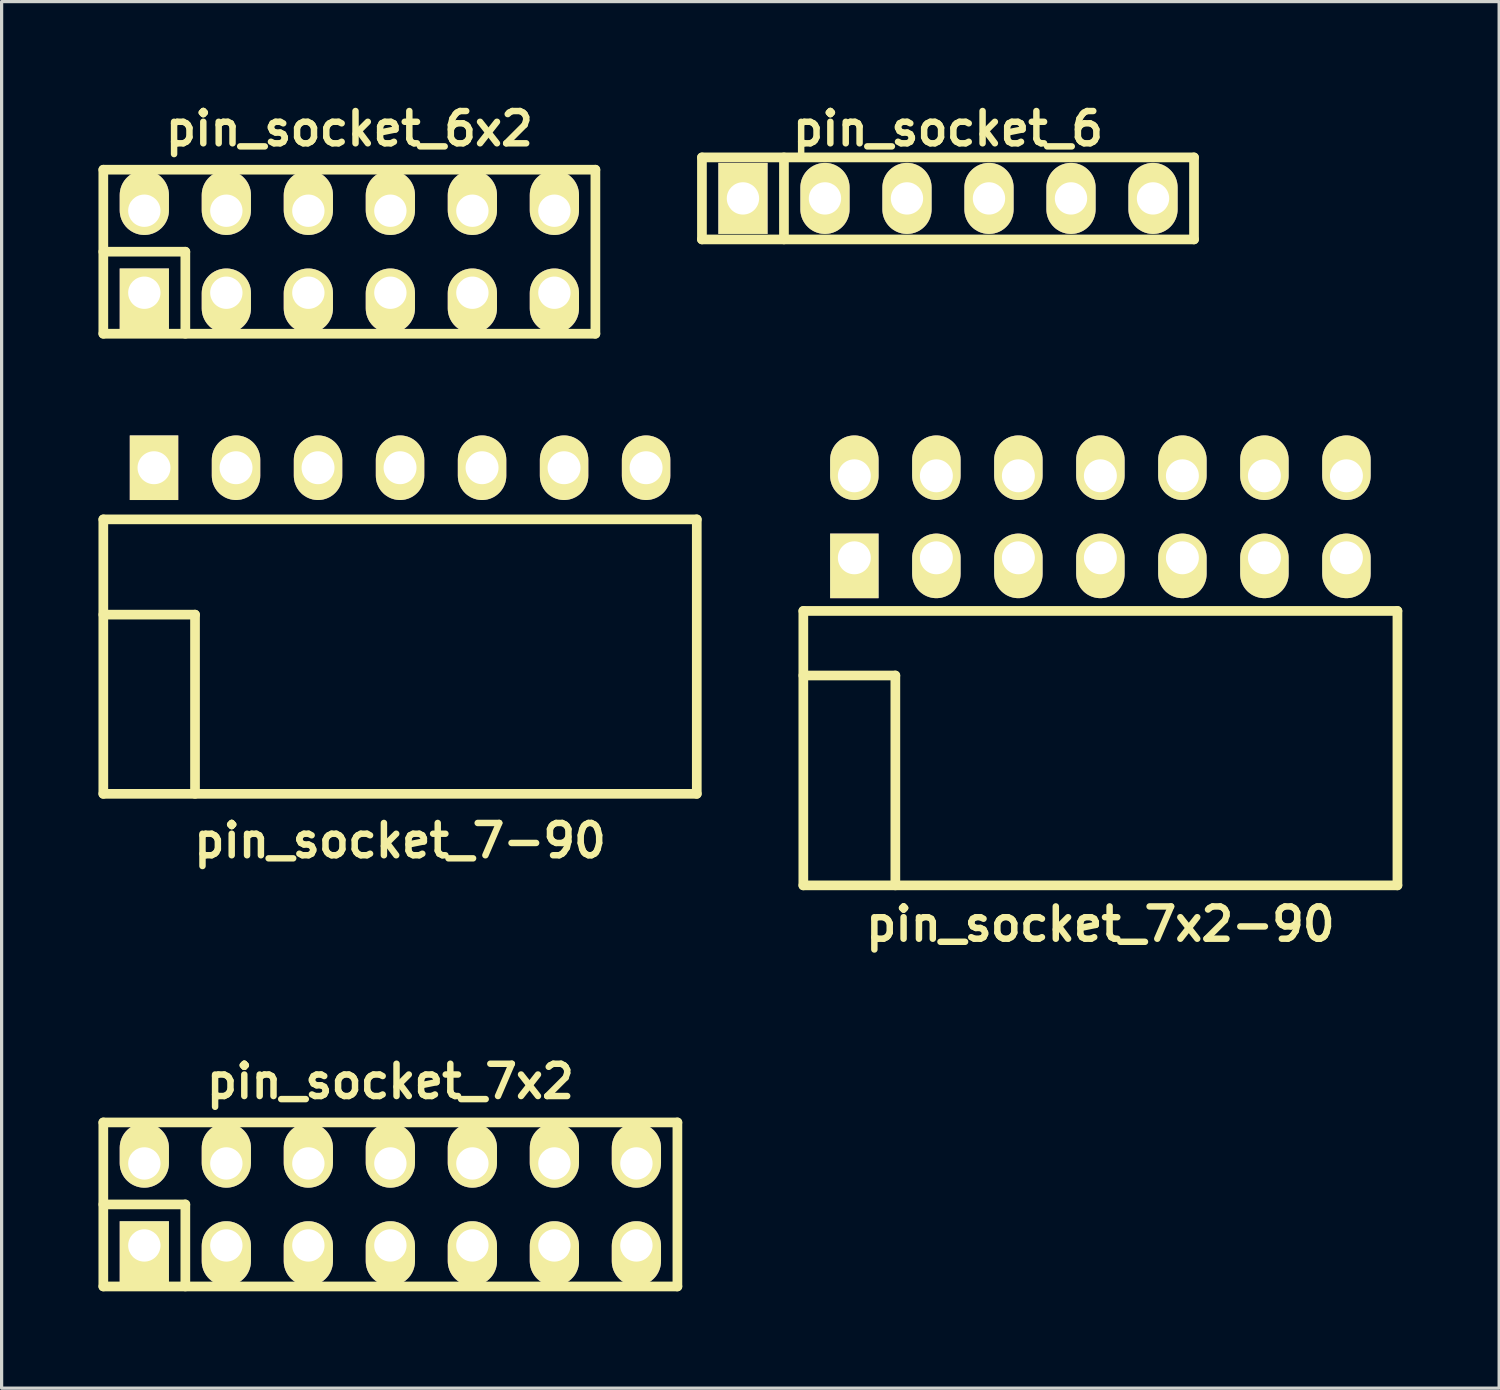
<source format=kicad_pcb>
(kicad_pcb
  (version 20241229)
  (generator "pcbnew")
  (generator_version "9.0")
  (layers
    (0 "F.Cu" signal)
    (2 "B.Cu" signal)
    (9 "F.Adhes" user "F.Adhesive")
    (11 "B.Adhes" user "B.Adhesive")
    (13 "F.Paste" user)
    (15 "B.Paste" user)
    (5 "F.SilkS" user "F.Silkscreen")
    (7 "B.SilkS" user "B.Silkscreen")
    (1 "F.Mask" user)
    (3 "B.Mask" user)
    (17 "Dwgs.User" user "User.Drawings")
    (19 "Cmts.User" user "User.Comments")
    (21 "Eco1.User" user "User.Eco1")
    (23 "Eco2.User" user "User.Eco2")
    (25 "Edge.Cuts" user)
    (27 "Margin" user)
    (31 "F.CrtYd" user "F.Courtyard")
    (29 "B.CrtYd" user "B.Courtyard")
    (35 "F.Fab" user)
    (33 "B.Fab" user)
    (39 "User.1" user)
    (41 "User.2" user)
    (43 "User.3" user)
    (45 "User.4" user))
  (footprint "pin_socket_6x2"
    (layer "F.Cu")
    (at 7.77 4.746)
    (property "Reference" "pin_socket_6x2" (at 0 -3.81 0) (layer "F.SilkS") (effects (font (size 1 1) (thickness 0.2))))
    (attr through_hole)
    (fp_line (start -7.62 -2.54) (end -7.62 2.54) (stroke (width 0.3) (type solid)) (layer "F.SilkS"))
    (fp_line (start -7.62 -2.54) (end 7.62 -2.54) (stroke (width 0.3) (type solid)) (layer "F.SilkS"))
    (fp_line (start -7.62 0) (end -5.08 0) (stroke (width 0.3) (type solid)) (layer "F.SilkS"))
    (fp_line (start -5.08 0) (end -5.08 2.54) (stroke (width 0.3) (type solid)) (layer "F.SilkS"))
    (fp_line (start 7.62 -2.54) (end 7.62 2.54) (stroke (width 0.3) (type solid)) (layer "F.SilkS"))
    (fp_line (start 7.62 2.54) (end -7.62 2.54) (stroke (width 0.3) (type solid)) (layer "F.SilkS"))
    (pad "1" thru_hole rect (at -6.35 1.27) (size 1.524 1.999) (drill 1.001 (offset 0 0.249)) (layers "*.Cu" "*.Mask" "F.SilkS"))
    (pad "2" thru_hole oval (at -6.35 -1.27) (size 1.524 1.999) (drill 1.001 (offset 0 -0.249)) (layers "*.Cu" "*.Mask" "F.SilkS"))
    (pad "3" thru_hole oval (at -3.81 1.27) (size 1.524 1.999) (drill 1.001 (offset 0 0.249)) (layers "*.Cu" "*.Mask" "F.SilkS"))
    (pad "4" thru_hole oval (at -3.81 -1.27) (size 1.524 1.999) (drill 1.001 (offset 0 -0.249)) (layers "*.Cu" "*.Mask" "F.SilkS"))
    (pad "5" thru_hole oval (at -1.27 1.27) (size 1.524 1.999) (drill 1.001 (offset 0 0.249)) (layers "*.Cu" "*.Mask" "F.SilkS"))
    (pad "6" thru_hole oval (at -1.27 -1.27) (size 1.524 1.999) (drill 1.001 (offset 0 -0.249)) (layers "*.Cu" "*.Mask" "F.SilkS"))
    (pad "7" thru_hole oval (at 1.27 1.27) (size 1.524 1.999) (drill 1.001 (offset 0 0.249)) (layers "*.Cu" "*.Mask" "F.SilkS"))
    (pad "8" thru_hole oval (at 1.27 -1.27) (size 1.524 1.999) (drill 1.001 (offset 0 -0.249)) (layers "*.Cu" "*.Mask" "F.SilkS"))
    (pad "9" thru_hole oval (at 3.81 1.27) (size 1.524 1.999) (drill 1.001 (offset 0 0.249)) (layers "*.Cu" "*.Mask" "F.SilkS"))
    (pad "10" thru_hole oval (at 3.81 -1.27) (size 1.524 1.999) (drill 1.001 (offset 0 -0.249)) (layers "*.Cu" "*.Mask" "F.SilkS"))
    (pad "11" thru_hole oval (at 6.35 1.27) (size 1.524 1.999) (drill 1.001 (offset 0 0.249)) (layers "*.Cu" "*.Mask" "F.SilkS"))
    (pad "12" thru_hole oval (at 6.35 -1.27) (size 1.524 1.999) (drill 1.001 (offset 0 -0.249)) (layers "*.Cu" "*.Mask" "F.SilkS")))
  (footprint "pin_socket_7x2"
    (layer "F.Cu")
    (at 9.04 34.253)
    (property "Reference" "pin_socket_7x2" (at 0 -3.81 0) (layer "F.SilkS") (effects (font (size 1 1) (thickness 0.2))))
    (attr through_hole)
    (fp_line (start -8.89 -2.54) (end -8.89 2.54) (stroke (width 0.3) (type solid)) (layer "F.SilkS"))
    (fp_line (start -8.89 -2.54) (end 8.89 -2.54) (stroke (width 0.3) (type solid)) (layer "F.SilkS"))
    (fp_line (start -8.89 0) (end -6.35 0) (stroke (width 0.3) (type solid)) (layer "F.SilkS"))
    (fp_line (start -6.35 0) (end -6.35 2.54) (stroke (width 0.3) (type solid)) (layer "F.SilkS"))
    (fp_line (start 8.89 -2.54) (end 8.89 2.54) (stroke (width 0.3) (type solid)) (layer "F.SilkS"))
    (fp_line (start 8.89 2.54) (end -8.89 2.54) (stroke (width 0.3) (type solid)) (layer "F.SilkS"))
    (pad "1" thru_hole rect (at -7.62 1.27) (size 1.524 1.999) (drill 1.001 (offset 0 0.249)) (layers "*.Cu" "*.Mask" "F.SilkS"))
    (pad "2" thru_hole oval (at -7.62 -1.27) (size 1.524 1.999) (drill 1.001 (offset 0 -0.249)) (layers "*.Cu" "*.Mask" "F.SilkS"))
    (pad "3" thru_hole oval (at -5.08 1.27) (size 1.524 1.999) (drill 1.001 (offset 0 0.249)) (layers "*.Cu" "*.Mask" "F.SilkS"))
    (pad "4" thru_hole oval (at -5.08 -1.27) (size 1.524 1.999) (drill 1.001 (offset 0 -0.249)) (layers "*.Cu" "*.Mask" "F.SilkS"))
    (pad "5" thru_hole oval (at -2.54 1.27) (size 1.524 1.999) (drill 1.001 (offset 0 0.249)) (layers "*.Cu" "*.Mask" "F.SilkS"))
    (pad "6" thru_hole oval (at -2.54 -1.27) (size 1.524 1.999) (drill 1.001 (offset 0 -0.249)) (layers "*.Cu" "*.Mask" "F.SilkS"))
    (pad "7" thru_hole oval (at 0 1.27) (size 1.524 1.999) (drill 1.001 (offset 0 0.249)) (layers "*.Cu" "*.Mask" "F.SilkS"))
    (pad "8" thru_hole oval (at 0 -1.27) (size 1.524 1.999) (drill 1.001 (offset 0 -0.249)) (layers "*.Cu" "*.Mask" "F.SilkS"))
    (pad "9" thru_hole oval (at 2.54 1.27) (size 1.524 1.999) (drill 1.001 (offset 0 0.249)) (layers "*.Cu" "*.Mask" "F.SilkS"))
    (pad "10" thru_hole oval (at 2.54 -1.27) (size 1.524 1.999) (drill 1.001 (offset 0 -0.249)) (layers "*.Cu" "*.Mask" "F.SilkS"))
    (pad "11" thru_hole oval (at 5.08 1.27) (size 1.524 1.999) (drill 1.001 (offset 0 0.249)) (layers "*.Cu" "*.Mask" "F.SilkS"))
    (pad "12" thru_hole oval (at 5.08 -1.27) (size 1.524 1.999) (drill 1.001 (offset 0 -0.249)) (layers "*.Cu" "*.Mask" "F.SilkS"))
    (pad "13" thru_hole oval (at 7.62 1.27) (size 1.524 1.999) (drill 1.001 (offset 0 0.249)) (layers "*.Cu" "*.Mask" "F.SilkS"))
    (pad "14" thru_hole oval (at 7.62 -1.27) (size 1.524 1.999) (drill 1.001 (offset 0 -0.249)) (layers "*.Cu" "*.Mask" "F.SilkS")))
  (footprint "pin_socket_7x2-90"
    (layer "F.Cu")
    (at 31.03 17.871)
    (property "Reference" "pin_socket_7x2-90" (at 0 7.7 0) (layer "F.SilkS") (effects (font (size 1 1) (thickness 0.2))))
    (attr through_hole)
    (fp_line (start -9.2 -2) (end -9.2 6.5) (stroke (width 0.3) (type solid)) (layer "F.SilkS"))
    (fp_line (start -9.2 -2) (end 9.2 -2) (stroke (width 0.3) (type solid)) (layer "F.SilkS"))
    (fp_line (start -9.2 0) (end -6.35 0) (stroke (width 0.3) (type solid)) (layer "F.SilkS"))
    (fp_line (start -9.2 6.5) (end 9.2 6.5) (stroke (width 0.3) (type solid)) (layer "F.SilkS"))
    (fp_line (start -6.35 0) (end -6.35 6.5) (stroke (width 0.3) (type solid)) (layer "F.SilkS"))
    (fp_line (start 9.2 -2) (end 9.2 6.5) (stroke (width 0.3) (type solid)) (layer "F.SilkS"))
    (pad "1" thru_hole rect (at -7.62 -3.645) (size 1.5 2) (drill 1.02 (offset 0 0.25)) (layers "*.Cu" "*.Mask" "F.SilkS"))
    (pad "2" thru_hole oval (at -7.62 -6.185) (size 1.5 2) (drill 1.02 (offset 0 -0.25)) (layers "*.Cu" "*.Mask" "F.SilkS"))
    (pad "3" thru_hole oval (at -5.08 -3.645) (size 1.5 2) (drill 1.02 (offset 0 0.25)) (layers "*.Cu" "*.Mask" "F.SilkS"))
    (pad "4" thru_hole oval (at -5.08 -6.185) (size 1.5 2) (drill 1.02 (offset 0 -0.25)) (layers "*.Cu" "*.Mask" "F.SilkS"))
    (pad "5" thru_hole oval (at -2.54 -3.645) (size 1.5 2) (drill 1.02 (offset 0 0.25)) (layers "*.Cu" "*.Mask" "F.SilkS"))
    (pad "6" thru_hole oval (at -2.54 -6.185) (size 1.5 2) (drill 1.02 (offset 0 -0.25)) (layers "*.Cu" "*.Mask" "F.SilkS"))
    (pad "7" thru_hole oval (at 0 -3.645) (size 1.5 2) (drill 1.02 (offset 0 0.25)) (layers "*.Cu" "*.Mask" "F.SilkS"))
    (pad "8" thru_hole oval (at 0 -6.185) (size 1.5 2) (drill 1.02 (offset 0 -0.25)) (layers "*.Cu" "*.Mask" "F.SilkS"))
    (pad "9" thru_hole oval (at 2.54 -3.645) (size 1.5 2) (drill 1.02 (offset 0 0.25)) (layers "*.Cu" "*.Mask" "F.SilkS"))
    (pad "10" thru_hole oval (at 2.54 -6.185) (size 1.5 2) (drill 1.02 (offset 0 -0.25)) (layers "*.Cu" "*.Mask" "F.SilkS"))
    (pad "11" thru_hole oval (at 5.08 -3.645) (size 1.5 2) (drill 1.02 (offset 0 0.25)) (layers "*.Cu" "*.Mask" "F.SilkS"))
    (pad "12" thru_hole oval (at 5.08 -6.185) (size 1.5 2) (drill 1.02 (offset 0 -0.25)) (layers "*.Cu" "*.Mask" "F.SilkS"))
    (pad "13" thru_hole oval (at 7.62 -3.645) (size 1.5 2) (drill 1.02 (offset 0 0.25)) (layers "*.Cu" "*.Mask" "F.SilkS"))
    (pad "14" thru_hole oval (at 7.62 -6.185) (size 1.5 2) (drill 1.02 (offset 0 -0.25)) (layers "*.Cu" "*.Mask" "F.SilkS")))
  (footprint "pin_socket_6"
    (layer "F.Cu")
    (at 26.31 3.095)
    (property "Reference" "pin_socket_6" (at 0 -2.159 0) (layer "F.SilkS") (effects (font (size 1 1) (thickness 0.2))))
    (attr through_hole)
    (fp_line (start -7.62 -1.27) (end 7.62 -1.27) (stroke (width 0.3) (type solid)) (layer "F.SilkS"))
    (fp_line (start -7.62 1.27) (end -7.62 -1.27) (stroke (width 0.3) (type solid)) (layer "F.SilkS"))
    (fp_line (start -5.08 -1.27) (end -5.08 1.27) (stroke (width 0.3) (type solid)) (layer "F.SilkS"))
    (fp_line (start 7.62 -1.27) (end 7.62 1.27) (stroke (width 0.3) (type solid)) (layer "F.SilkS"))
    (fp_line (start 7.62 1.27) (end -7.62 1.27) (stroke (width 0.3) (type solid)) (layer "F.SilkS"))
    (pad "1" thru_hole rect (at -6.35 0) (size 1.524 2.2) (drill 1.001) (layers "*.Cu" "*.Mask" "F.SilkS"))
    (pad "2" thru_hole oval (at -3.81 0) (size 1.524 2.2) (drill 1.001) (layers "*.Cu" "*.Mask" "F.SilkS"))
    (pad "3" thru_hole oval (at -1.27 0) (size 1.524 2.2) (drill 1.001) (layers "*.Cu" "*.Mask" "F.SilkS"))
    (pad "4" thru_hole oval (at 1.27 0) (size 1.524 2.2) (drill 1.001) (layers "*.Cu" "*.Mask" "F.SilkS"))
    (pad "5" thru_hole oval (at 3.81 0) (size 1.524 2.2) (drill 1.001) (layers "*.Cu" "*.Mask" "F.SilkS"))
    (pad "6" thru_hole oval (at 6.35 0) (size 1.524 2.2) (drill 1.001) (layers "*.Cu" "*.Mask" "F.SilkS")))
  (footprint "pin_socket_7-90"
    (layer "F.Cu")
    (at 9.34 15.986)
    (property "Reference" "pin_socket_7-90" (at 0 7 0) (layer "F.SilkS") (effects (font (size 1 1) (thickness 0.2))))
    (attr through_hole)
    (fp_line (start -9.19 -2.95) (end -9.19 5.55) (stroke (width 0.3) (type solid)) (layer "F.SilkS"))
    (fp_line (start -9.19 -2.95) (end 9.19 -2.95) (stroke (width 0.3) (type solid)) (layer "F.SilkS"))
    (fp_line (start -9.19 0) (end -6.35 0) (stroke (width 0.3) (type solid)) (layer "F.SilkS"))
    (fp_line (start -9.19 5.55) (end 9.19 5.55) (stroke (width 0.3) (type solid)) (layer "F.SilkS"))
    (fp_line (start -6.35 0) (end -6.35 5.55) (stroke (width 0.3) (type solid)) (layer "F.SilkS"))
    (fp_line (start 9.19 -2.95) (end 9.19 5.55) (stroke (width 0.3) (type solid)) (layer "F.SilkS"))
    (pad "1" thru_hole rect (at -7.62 -4.55) (size 1.5 2) (drill 1.02) (layers "*.Cu" "*.Mask" "F.SilkS"))
    (pad "2" thru_hole oval (at -5.08 -4.55) (size 1.5 2) (drill 1.02) (layers "*.Cu" "*.Mask" "F.SilkS"))
    (pad "3" thru_hole oval (at -2.54 -4.55) (size 1.5 2) (drill 1.02) (layers "*.Cu" "*.Mask" "F.SilkS"))
    (pad "4" thru_hole oval (at 0 -4.55) (size 1.5 2) (drill 1.02) (layers "*.Cu" "*.Mask" "F.SilkS"))
    (pad "5" thru_hole oval (at 2.54 -4.55) (size 1.5 2) (drill 1.02) (layers "*.Cu" "*.Mask" "F.SilkS"))
    (pad "6" thru_hole oval (at 5.08 -4.55) (size 1.5 2) (drill 1.02) (layers "*.Cu" "*.Mask" "F.SilkS"))
    (pad "7" thru_hole oval (at 7.62 -4.55) (size 1.5 2) (drill 1.02) (layers "*.Cu" "*.Mask" "F.SilkS")))
  (gr_rect
    (start -3 -3)
    (end 43.38 39.943)
    (stroke (width 0.1) (type default))
    (fill no)
    (layer "Edge.Cuts")))
</source>
